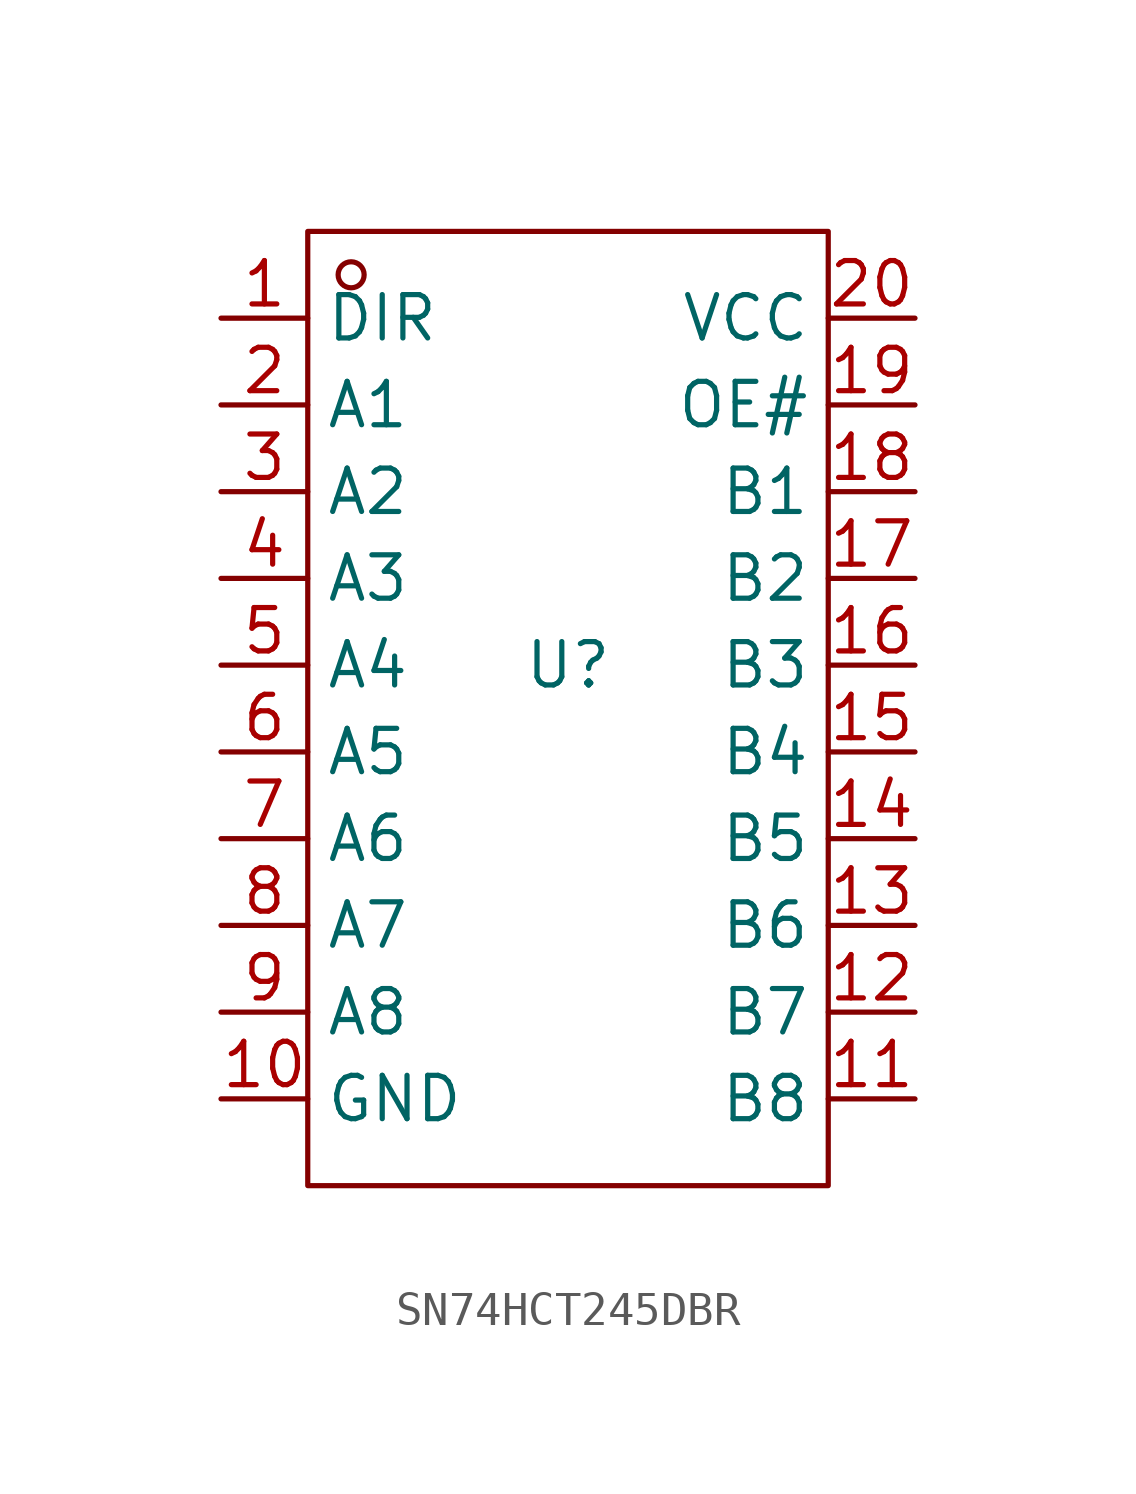
<source format=kicad_sym>
(kicad_symbol_lib
  (version 20241209)
  (generator "kicad_symbol_editor")
  (generator_version "9.0")
  (symbol "SN74HCT245DBR"
    (property "Reference" "U"
      (at 0 0 0)
      (effects (font (size 1.27 1.27))))
    (property "Value" ""
      (at 0 0 0)
      (effects (font (size 1.27 1.27))))
    (symbol "SN74HCT245DBR_1_0"
      (rectangle (start -7.62 -15.24) (end 7.62 12.7) (stroke (width 0) (type default)) (fill (type none)))
      (circle (center -6.35 11.43) (radius 0.381) (stroke (width 0) (type default)) (fill (type none)))
      (pin input line (at -10.16 10.16 0) (length 2.54) (name "DIR" (effects (font (size 1.27 1.27)))) (number "1" (effects (font (size 1.27 1.27)))))
      (pin input line (at -10.16 7.62 0) (length 2.54) (name "A1" (effects (font (size 1.27 1.27)))) (number "2" (effects (font (size 1.27 1.27)))))
      (pin input line (at -10.16 5.08 0) (length 2.54) (name "A2" (effects (font (size 1.27 1.27)))) (number "3" (effects (font (size 1.27 1.27)))))
      (pin input line (at -10.16 2.54 0) (length 2.54) (name "A3" (effects (font (size 1.27 1.27)))) (number "4" (effects (font (size 1.27 1.27)))))
      (pin input line (at -10.16 0 0) (length 2.54) (name "A4" (effects (font (size 1.27 1.27)))) (number "5" (effects (font (size 1.27 1.27)))))
      (pin input line (at -10.16 -2.54 0) (length 2.54) (name "A5" (effects (font (size 1.27 1.27)))) (number "6" (effects (font (size 1.27 1.27)))))
      (pin input line (at -10.16 -5.08 0) (length 2.54) (name "A6" (effects (font (size 1.27 1.27)))) (number "7" (effects (font (size 1.27 1.27)))))
      (pin input line (at -10.16 -7.62 0) (length 2.54) (name "A7" (effects (font (size 1.27 1.27)))) (number "8" (effects (font (size 1.27 1.27)))))
      (pin input line (at -10.16 -10.16 0) (length 2.54) (name "A8" (effects (font (size 1.27 1.27)))) (number "9" (effects (font (size 1.27 1.27)))))
      (pin input line (at -10.16 -12.7 0) (length 2.54) (name "GND" (effects (font (size 1.27 1.27)))) (number "10" (effects (font (size 1.27 1.27)))))
      (pin input line (at 10.16 10.16 180) (length 2.54) (name "VCC" (effects (font (size 1.27 1.27)))) (number "20" (effects (font (size 1.27 1.27)))))
      (pin input line (at 10.16 7.62 180) (length 2.54) (name "OE#" (effects (font (size 1.27 1.27)))) (number "19" (effects (font (size 1.27 1.27)))))
      (pin input line (at 10.16 5.08 180) (length 2.54) (name "B1" (effects (font (size 1.27 1.27)))) (number "18" (effects (font (size 1.27 1.27)))))
      (pin input line (at 10.16 2.54 180) (length 2.54) (name "B2" (effects (font (size 1.27 1.27)))) (number "17" (effects (font (size 1.27 1.27)))))
      (pin input line (at 10.16 0 180) (length 2.54) (name "B3" (effects (font (size 1.27 1.27)))) (number "16" (effects (font (size 1.27 1.27)))))
      (pin input line (at 10.16 -2.54 180) (length 2.54) (name "B4" (effects (font (size 1.27 1.27)))) (number "15" (effects (font (size 1.27 1.27)))))
      (pin input line (at 10.16 -5.08 180) (length 2.54) (name "B5" (effects (font (size 1.27 1.27)))) (number "14" (effects (font (size 1.27 1.27)))))
      (pin input line (at 10.16 -7.62 180) (length 2.54) (name "B6" (effects (font (size 1.27 1.27)))) (number "13" (effects (font (size 1.27 1.27)))))
      (pin input line (at 10.16 -10.16 180) (length 2.54) (name "B7" (effects (font (size 1.27 1.27)))) (number "12" (effects (font (size 1.27 1.27)))))
      (pin input line (at 10.16 -12.7 180) (length 2.54) (name "B8" (effects (font (size 1.27 1.27)))) (number "11" (effects (font (size 1.27 1.27))))))))
</source>
